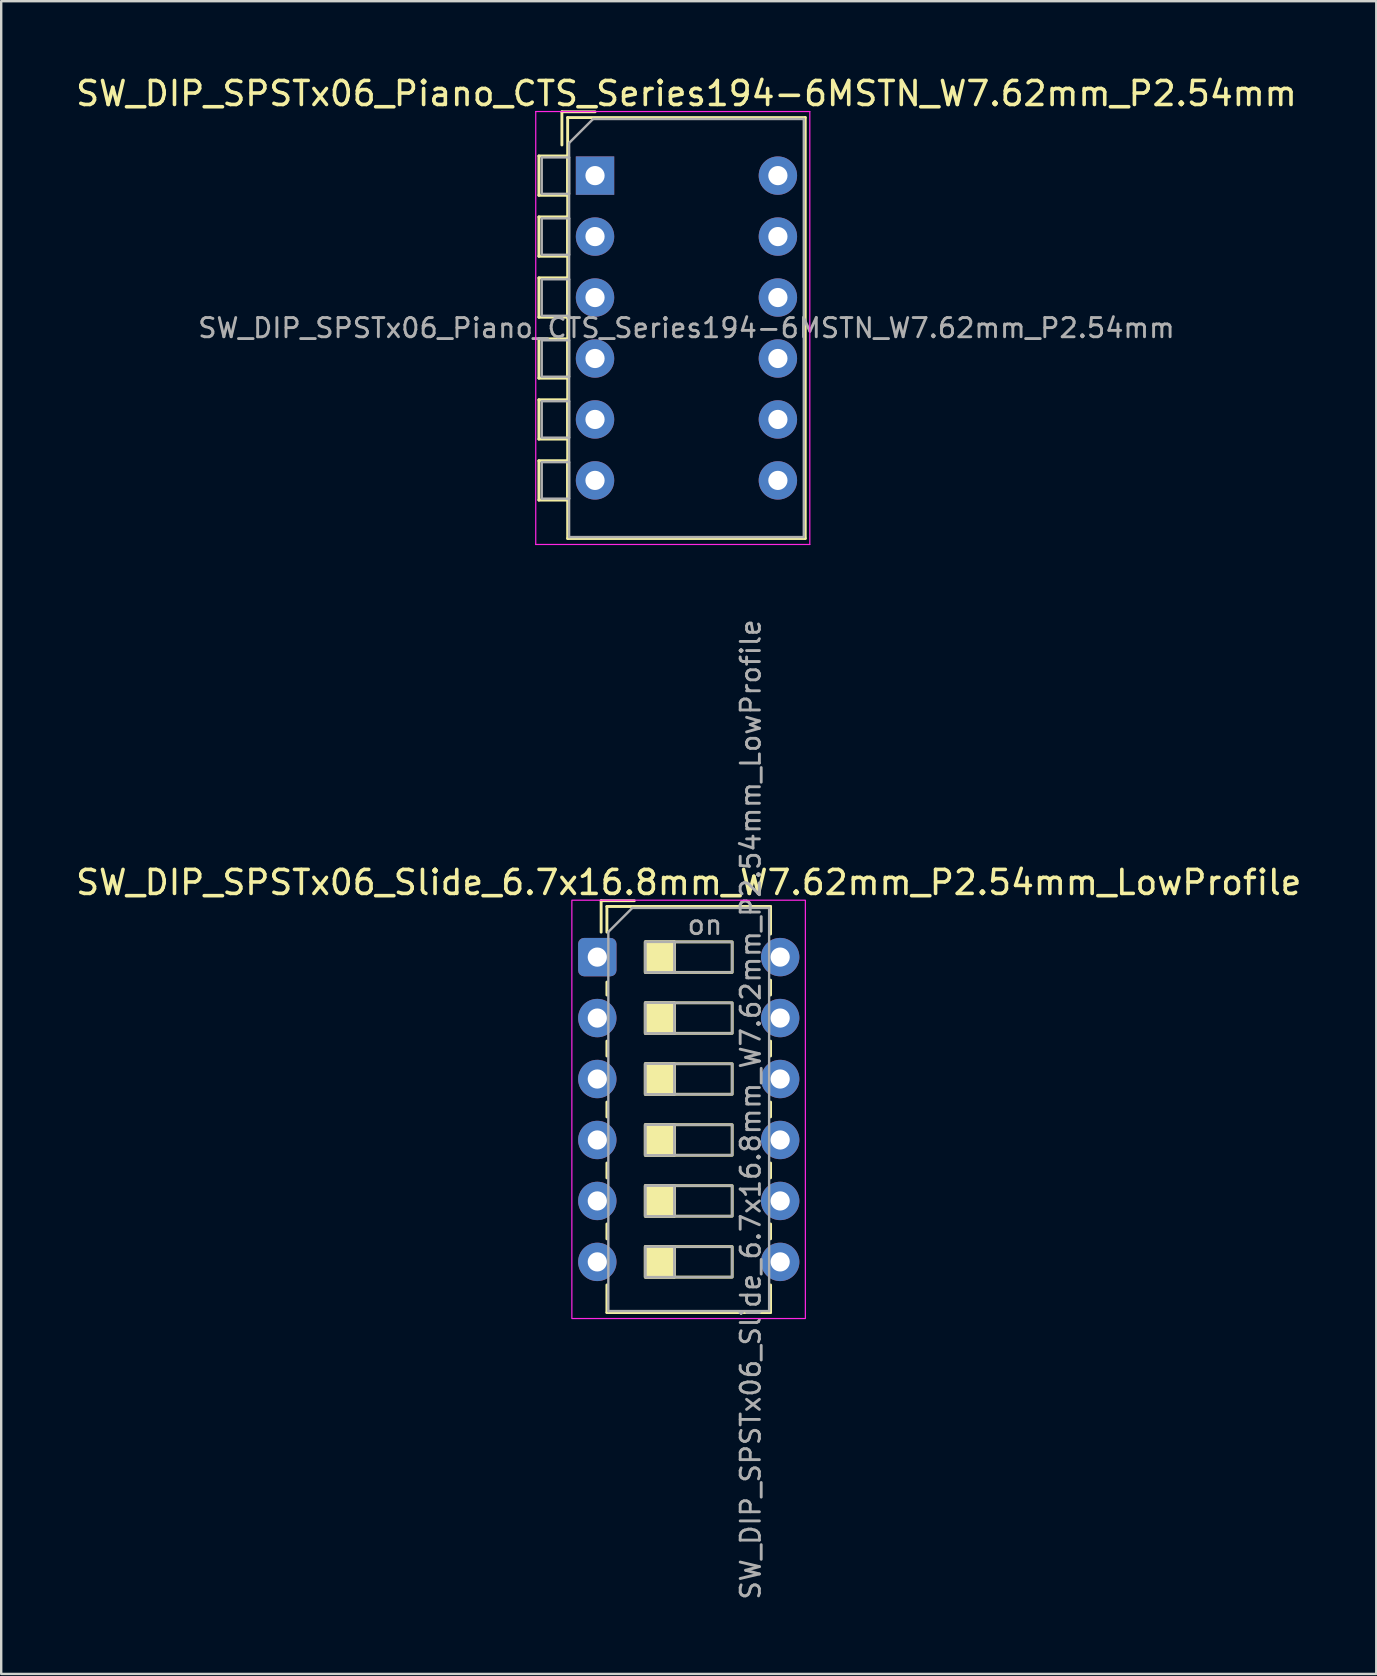
<source format=kicad_pcb>
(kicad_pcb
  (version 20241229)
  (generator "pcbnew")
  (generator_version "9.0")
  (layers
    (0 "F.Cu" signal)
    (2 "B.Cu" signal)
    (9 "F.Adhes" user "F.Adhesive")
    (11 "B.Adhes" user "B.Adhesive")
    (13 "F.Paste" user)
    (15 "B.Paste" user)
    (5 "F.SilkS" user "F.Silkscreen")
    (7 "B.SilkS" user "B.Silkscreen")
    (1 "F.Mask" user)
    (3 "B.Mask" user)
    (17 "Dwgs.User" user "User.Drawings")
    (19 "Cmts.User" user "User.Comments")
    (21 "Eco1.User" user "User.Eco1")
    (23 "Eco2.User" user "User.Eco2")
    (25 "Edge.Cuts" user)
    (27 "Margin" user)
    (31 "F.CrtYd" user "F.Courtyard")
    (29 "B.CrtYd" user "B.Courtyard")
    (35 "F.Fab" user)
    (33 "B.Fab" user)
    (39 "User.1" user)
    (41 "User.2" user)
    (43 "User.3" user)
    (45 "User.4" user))
  (footprint "SW_DIP_SPSTx06_Slide_6.7x16.8mm_W7.62mm_P2.54mm_LowProfile"
    (layer "F.Cu")
    (at 21.839 36.832)
    (property "Reference" "SW_DIP_SPSTx06_Slide_6.7x16.8mm_W7.62mm_P2.54mm_LowProfile" (at 3.81 -3.11 0) (layer "F.SilkS") (effects (font (size 1 1) (thickness 0.15))))
    (attr through_hole)
    (fp_line (start 0.16 -2.35) (end 0.16 -1.04) (stroke (width 0.12) (type solid)) (layer "F.SilkS"))
    (fp_line (start 0.16 -2.35) (end 1.543 -2.35) (stroke (width 0.12) (type solid)) (layer "F.SilkS"))
    (fp_line (start 0.4 -2.11) (end 0.4 -1.04) (stroke (width 0.12) (type solid)) (layer "F.SilkS"))
    (fp_line (start 0.4 -2.11) (end 7.22 -2.11) (stroke (width 0.12) (type solid)) (layer "F.SilkS"))
    (fp_line (start 0.4 1.04) (end 0.4 1.58) (stroke (width 0.12) (type solid)) (layer "F.SilkS"))
    (fp_line (start 0.4 3.5) (end 0.4 4.12) (stroke (width 0.12) (type solid)) (layer "F.SilkS"))
    (fp_line (start 0.4 6.04) (end 0.4 6.66) (stroke (width 0.12) (type solid)) (layer "F.SilkS"))
    (fp_line (start 0.4 8.58) (end 0.4 9.2) (stroke (width 0.12) (type solid)) (layer "F.SilkS"))
    (fp_line (start 0.4 11.12) (end 0.4 11.74) (stroke (width 0.12) (type solid)) (layer "F.SilkS"))
    (fp_line (start 0.4 13.66) (end 0.4 14.81) (stroke (width 0.12) (type solid)) (layer "F.SilkS"))
    (fp_line (start 0.4 14.81) (end 7.22 14.81) (stroke (width 0.12) (type solid)) (layer "F.SilkS"))
    (fp_line (start 3.207 -0.635) (end 3.207 0.635) (stroke (width 0.12) (type solid)) (layer "F.SilkS"))
    (fp_line (start 3.207 1.905) (end 3.207 3.175) (stroke (width 0.12) (type solid)) (layer "F.SilkS"))
    (fp_line (start 3.207 4.445) (end 3.207 5.715) (stroke (width 0.12) (type solid)) (layer "F.SilkS"))
    (fp_line (start 3.207 6.985) (end 3.207 8.255) (stroke (width 0.12) (type solid)) (layer "F.SilkS"))
    (fp_line (start 3.207 9.525) (end 3.207 10.795) (stroke (width 0.12) (type solid)) (layer "F.SilkS"))
    (fp_line (start 3.207 12.065) (end 3.207 13.335) (stroke (width 0.12) (type solid)) (layer "F.SilkS"))
    (fp_line (start 7.22 -2.11) (end 7.22 -0.96) (stroke (width 0.12) (type solid)) (layer "F.SilkS"))
    (fp_line (start 7.22 0.96) (end 7.22 1.58) (stroke (width 0.12) (type solid)) (layer "F.SilkS"))
    (fp_line (start 7.22 3.5) (end 7.22 4.12) (stroke (width 0.12) (type solid)) (layer "F.SilkS"))
    (fp_line (start 7.22 6.04) (end 7.22 6.66) (stroke (width 0.12) (type solid)) (layer "F.SilkS"))
    (fp_line (start 7.22 8.58) (end 7.22 9.2) (stroke (width 0.12) (type solid)) (layer "F.SilkS"))
    (fp_line (start 7.22 11.12) (end 7.22 11.74) (stroke (width 0.12) (type solid)) (layer "F.SilkS"))
    (fp_line (start 7.22 13.66) (end 7.22 14.81) (stroke (width 0.12) (type solid)) (layer "F.SilkS"))
    (fp_rect (start 2 -0.635) (end 3.207 0.635) (stroke (width 0.12) (type solid)) (fill yes) (layer "F.SilkS"))
    (fp_rect (start 2 -0.635) (end 5.62 0.635) (stroke (width 0.12) (type solid)) (fill no) (layer "F.SilkS"))
    (fp_rect (start 2 1.905) (end 3.207 3.175) (stroke (width 0.12) (type solid)) (fill yes) (layer "F.SilkS"))
    (fp_rect (start 2 1.905) (end 5.62 3.175) (stroke (width 0.12) (type solid)) (fill no) (layer "F.SilkS"))
    (fp_rect (start 2 4.445) (end 3.207 5.715) (stroke (width 0.12) (type solid)) (fill yes) (layer "F.SilkS"))
    (fp_rect (start 2 4.445) (end 5.62 5.715) (stroke (width 0.12) (type solid)) (fill no) (layer "F.SilkS"))
    (fp_rect (start 2 6.985) (end 3.207 8.255) (stroke (width 0.12) (type solid)) (fill yes) (layer "F.SilkS"))
    (fp_rect (start 2 6.985) (end 5.62 8.255) (stroke (width 0.12) (type solid)) (fill no) (layer "F.SilkS"))
    (fp_rect (start 2 9.525) (end 3.207 10.795) (stroke (width 0.12) (type solid)) (fill yes) (layer "F.SilkS"))
    (fp_rect (start 2 9.525) (end 5.62 10.795) (stroke (width 0.12) (type solid)) (fill no) (layer "F.SilkS"))
    (fp_rect (start 2 12.065) (end 3.207 13.335) (stroke (width 0.12) (type solid)) (fill yes) (layer "F.SilkS"))
    (fp_rect (start 2 12.065) (end 5.62 13.335) (stroke (width 0.12) (type solid)) (fill no) (layer "F.SilkS"))
    (fp_rect (start -1.06 -2.37) (end 8.67 15.06) (stroke (width 0.05) (type solid)) (fill no) (layer "F.CrtYd"))
    (fp_line (start 0.46 -1.05) (end 1.46 -2.05) (stroke (width 0.1) (type solid)) (layer "F.Fab"))
    (fp_line (start 0.46 14.75) (end 0.46 -1.05) (stroke (width 0.1) (type solid)) (layer "F.Fab"))
    (fp_line (start 1.46 -2.05) (end 7.16 -2.05) (stroke (width 0.1) (type solid)) (layer "F.Fab"))
    (fp_line (start 3.207 -0.635) (end 3.207 0.635) (stroke (width 0.1) (type solid)) (layer "F.Fab"))
    (fp_line (start 3.207 1.905) (end 3.207 3.175) (stroke (width 0.1) (type solid)) (layer "F.Fab"))
    (fp_line (start 3.207 4.445) (end 3.207 5.715) (stroke (width 0.1) (type solid)) (layer "F.Fab"))
    (fp_line (start 3.207 6.985) (end 3.207 8.255) (stroke (width 0.1) (type solid)) (layer "F.Fab"))
    (fp_line (start 3.207 9.525) (end 3.207 10.795) (stroke (width 0.1) (type solid)) (layer "F.Fab"))
    (fp_line (start 3.207 12.065) (end 3.207 13.335) (stroke (width 0.1) (type solid)) (layer "F.Fab"))
    (fp_line (start 7.16 -2.05) (end 7.16 14.75) (stroke (width 0.1) (type solid)) (layer "F.Fab"))
    (fp_line (start 7.16 14.75) (end 0.46 14.75) (stroke (width 0.1) (type solid)) (layer "F.Fab"))
    (fp_rect (start 2 -0.635) (end 3.207 0.635) (stroke (width 0.1) (type solid)) (fill no) (layer "F.Fab"))
    (fp_rect (start 2 -0.635) (end 5.62 0.635) (stroke (width 0.1) (type solid)) (fill no) (layer "F.Fab"))
    (fp_rect (start 2 1.905) (end 3.207 3.175) (stroke (width 0.1) (type solid)) (fill no) (layer "F.Fab"))
    (fp_rect (start 2 1.905) (end 5.62 3.175) (stroke (width 0.1) (type solid)) (fill no) (layer "F.Fab"))
    (fp_rect (start 2 4.445) (end 3.207 5.715) (stroke (width 0.1) (type solid)) (fill no) (layer "F.Fab"))
    (fp_rect (start 2 4.445) (end 5.62 5.715) (stroke (width 0.1) (type solid)) (fill no) (layer "F.Fab"))
    (fp_rect (start 2 6.985) (end 3.207 8.255) (stroke (width 0.1) (type solid)) (fill no) (layer "F.Fab"))
    (fp_rect (start 2 6.985) (end 5.62 8.255) (stroke (width 0.1) (type solid)) (fill no) (layer "F.Fab"))
    (fp_rect (start 2 9.525) (end 3.207 10.795) (stroke (width 0.1) (type solid)) (fill no) (layer "F.Fab"))
    (fp_rect (start 2 9.525) (end 5.62 10.795) (stroke (width 0.1) (type solid)) (fill no) (layer "F.Fab"))
    (fp_rect (start 2 12.065) (end 3.207 13.335) (stroke (width 0.1) (type solid)) (fill no) (layer "F.Fab"))
    (fp_rect (start 2 12.065) (end 5.62 13.335) (stroke (width 0.1) (type solid)) (fill no) (layer "F.Fab"))
    (fp_text user "${REFERENCE}" (at 6.39 6.35 90) (layer "F.Fab") (effects (font (size 0.8 0.8) (thickness 0.12))))
    (fp_text user "on" (at 4.485 -1.343 0) (layer "F.Fab") (effects (font (size 0.8 0.8) (thickness 0.12))))
    (pad "1" thru_hole roundrect (at 0 0) (size 1.6 1.6) (drill 0.8) (layers "*.Cu" "*.Mask") (roundrect_rratio 0.156))
    (pad "2" thru_hole circle (at 0 2.54) (size 1.6 1.6) (drill 0.8) (layers "*.Cu" "*.Mask"))
    (pad "3" thru_hole circle (at 0 5.08) (size 1.6 1.6) (drill 0.8) (layers "*.Cu" "*.Mask"))
    (pad "4" thru_hole circle (at 0 7.62) (size 1.6 1.6) (drill 0.8) (layers "*.Cu" "*.Mask"))
    (pad "5" thru_hole circle (at 0 10.16) (size 1.6 1.6) (drill 0.8) (layers "*.Cu" "*.Mask"))
    (pad "6" thru_hole circle (at 0 12.7) (size 1.6 1.6) (drill 0.8) (layers "*.Cu" "*.Mask"))
    (pad "7" thru_hole circle (at 7.62 12.7) (size 1.6 1.6) (drill 0.8) (layers "*.Cu" "*.Mask"))
    (pad "8" thru_hole circle (at 7.62 10.16) (size 1.6 1.6) (drill 0.8) (layers "*.Cu" "*.Mask"))
    (pad "9" thru_hole circle (at 7.62 7.62) (size 1.6 1.6) (drill 0.8) (layers "*.Cu" "*.Mask"))
    (pad "10" thru_hole circle (at 7.62 5.08) (size 1.6 1.6) (drill 0.8) (layers "*.Cu" "*.Mask"))
    (pad "11" thru_hole circle (at 7.62 2.54) (size 1.6 1.6) (drill 0.8) (layers "*.Cu" "*.Mask"))
    (pad "12" thru_hole circle (at 7.62 0) (size 1.6 1.6) (drill 0.8) (layers "*.Cu" "*.Mask")))
  (footprint "SW_DIP_SPSTx06_Piano_CTS_Series194-6MSTN_W7.62mm_P2.54mm"
    (layer "F.Cu")
    (at 21.744 4.268)
    (property "Reference" "SW_DIP_SPSTx06_Piano_CTS_Series194-6MSTN_W7.62mm_P2.54mm" (at 3.81 -3.42 0) (layer "F.SilkS") (effects (font (size 1 1) (thickness 0.15))))
    (attr through_hole)
    (fp_line (start -2.34 -0.82) (end -2.34 0.82) (stroke (width 0.12) (type solid)) (layer "F.SilkS"))
    (fp_line (start -2.34 -0.82) (end -1.14 -0.82) (stroke (width 0.12) (type solid)) (layer "F.SilkS"))
    (fp_line (start -2.34 0.82) (end -1.14 0.82) (stroke (width 0.12) (type solid)) (layer "F.SilkS"))
    (fp_line (start -2.34 1.72) (end -2.34 3.36) (stroke (width 0.12) (type solid)) (layer "F.SilkS"))
    (fp_line (start -2.34 1.72) (end -1.14 1.72) (stroke (width 0.12) (type solid)) (layer "F.SilkS"))
    (fp_line (start -2.34 3.36) (end -1.14 3.36) (stroke (width 0.12) (type solid)) (layer "F.SilkS"))
    (fp_line (start -2.34 4.26) (end -2.34 5.9) (stroke (width 0.12) (type solid)) (layer "F.SilkS"))
    (fp_line (start -2.34 4.26) (end -1.14 4.26) (stroke (width 0.12) (type solid)) (layer "F.SilkS"))
    (fp_line (start -2.34 5.9) (end -1.14 5.9) (stroke (width 0.12) (type solid)) (layer "F.SilkS"))
    (fp_line (start -2.34 6.8) (end -2.34 8.44) (stroke (width 0.12) (type solid)) (layer "F.SilkS"))
    (fp_line (start -2.34 6.8) (end -1.14 6.8) (stroke (width 0.12) (type solid)) (layer "F.SilkS"))
    (fp_line (start -2.34 8.44) (end -1.14 8.44) (stroke (width 0.12) (type solid)) (layer "F.SilkS"))
    (fp_line (start -2.34 9.34) (end -2.34 10.98) (stroke (width 0.12) (type solid)) (layer "F.SilkS"))
    (fp_line (start -2.34 9.34) (end -1.14 9.34) (stroke (width 0.12) (type solid)) (layer "F.SilkS"))
    (fp_line (start -2.34 10.98) (end -1.14 10.98) (stroke (width 0.12) (type solid)) (layer "F.SilkS"))
    (fp_line (start -2.34 11.88) (end -2.34 13.52) (stroke (width 0.12) (type solid)) (layer "F.SilkS"))
    (fp_line (start -2.34 11.88) (end -1.14 11.88) (stroke (width 0.12) (type solid)) (layer "F.SilkS"))
    (fp_line (start -2.34 13.52) (end -1.14 13.52) (stroke (width 0.12) (type solid)) (layer "F.SilkS"))
    (fp_line (start -1.38 -2.66) (end -1.38 -1.277) (stroke (width 0.12) (type solid)) (layer "F.SilkS"))
    (fp_line (start -1.38 -2.66) (end 0.003 -2.66) (stroke (width 0.12) (type solid)) (layer "F.SilkS"))
    (fp_line (start -1.14 -2.42) (end -1.14 15.12) (stroke (width 0.12) (type solid)) (layer "F.SilkS"))
    (fp_line (start -1.14 -2.42) (end 8.76 -2.42) (stroke (width 0.12) (type solid)) (layer "F.SilkS"))
    (fp_line (start -1.14 -0.82) (end -1.14 0.82) (stroke (width 0.12) (type solid)) (layer "F.SilkS"))
    (fp_line (start -1.14 1.72) (end -1.14 3.36) (stroke (width 0.12) (type solid)) (layer "F.SilkS"))
    (fp_line (start -1.14 4.26) (end -1.14 5.9) (stroke (width 0.12) (type solid)) (layer "F.SilkS"))
    (fp_line (start -1.14 6.8) (end -1.14 8.44) (stroke (width 0.12) (type solid)) (layer "F.SilkS"))
    (fp_line (start -1.14 9.34) (end -1.14 10.98) (stroke (width 0.12) (type solid)) (layer "F.SilkS"))
    (fp_line (start -1.14 11.88) (end -1.14 13.52) (stroke (width 0.12) (type solid)) (layer "F.SilkS"))
    (fp_line (start -1.14 15.12) (end 8.76 15.12) (stroke (width 0.12) (type solid)) (layer "F.SilkS"))
    (fp_line (start 8.76 -2.42) (end 8.76 15.12) (stroke (width 0.12) (type solid)) (layer "F.SilkS"))
    (fp_line (start -2.47 -2.67) (end -2.47 15.37) (stroke (width 0.05) (type solid)) (layer "F.CrtYd"))
    (fp_line (start -2.47 15.37) (end 8.95 15.37) (stroke (width 0.05) (type solid)) (layer "F.CrtYd"))
    (fp_line (start 8.95 -2.67) (end -2.47 -2.67) (stroke (width 0.05) (type solid)) (layer "F.CrtYd"))
    (fp_line (start 8.95 15.37) (end 8.95 -2.67) (stroke (width 0.05) (type solid)) (layer "F.CrtYd"))
    (fp_line (start -2.22 -0.76) (end -1.08 -0.76) (stroke (width 0.1) (type solid)) (layer "F.Fab"))
    (fp_line (start -2.22 0.76) (end -2.22 -0.76) (stroke (width 0.1) (type solid)) (layer "F.Fab"))
    (fp_line (start -2.22 1.78) (end -1.08 1.78) (stroke (width 0.1) (type solid)) (layer "F.Fab"))
    (fp_line (start -2.22 3.3) (end -2.22 1.78) (stroke (width 0.1) (type solid)) (layer "F.Fab"))
    (fp_line (start -2.22 4.32) (end -1.08 4.32) (stroke (width 0.1) (type solid)) (layer "F.Fab"))
    (fp_line (start -2.22 5.84) (end -2.22 4.32) (stroke (width 0.1) (type solid)) (layer "F.Fab"))
    (fp_line (start -2.22 6.86) (end -1.08 6.86) (stroke (width 0.1) (type solid)) (layer "F.Fab"))
    (fp_line (start -2.22 8.38) (end -2.22 6.86) (stroke (width 0.1) (type solid)) (layer "F.Fab"))
    (fp_line (start -2.22 9.4) (end -1.08 9.4) (stroke (width 0.1) (type solid)) (layer "F.Fab"))
    (fp_line (start -2.22 10.92) (end -2.22 9.4) (stroke (width 0.1) (type solid)) (layer "F.Fab"))
    (fp_line (start -2.22 11.94) (end -1.08 11.94) (stroke (width 0.1) (type solid)) (layer "F.Fab"))
    (fp_line (start -2.22 13.46) (end -2.22 11.94) (stroke (width 0.1) (type solid)) (layer "F.Fab"))
    (fp_line (start -1.08 -1.36) (end -0.08 -2.36) (stroke (width 0.1) (type solid)) (layer "F.Fab"))
    (fp_line (start -1.08 -0.76) (end -1.08 0.76) (stroke (width 0.1) (type solid)) (layer "F.Fab"))
    (fp_line (start -1.08 0.76) (end -2.22 0.76) (stroke (width 0.1) (type solid)) (layer "F.Fab"))
    (fp_line (start -1.08 1.78) (end -1.08 3.3) (stroke (width 0.1) (type solid)) (layer "F.Fab"))
    (fp_line (start -1.08 3.3) (end -2.22 3.3) (stroke (width 0.1) (type solid)) (layer "F.Fab"))
    (fp_line (start -1.08 4.32) (end -1.08 5.84) (stroke (width 0.1) (type solid)) (layer "F.Fab"))
    (fp_line (start -1.08 5.84) (end -2.22 5.84) (stroke (width 0.1) (type solid)) (layer "F.Fab"))
    (fp_line (start -1.08 6.86) (end -1.08 8.38) (stroke (width 0.1) (type solid)) (layer "F.Fab"))
    (fp_line (start -1.08 8.38) (end -2.22 8.38) (stroke (width 0.1) (type solid)) (layer "F.Fab"))
    (fp_line (start -1.08 9.4) (end -1.08 10.92) (stroke (width 0.1) (type solid)) (layer "F.Fab"))
    (fp_line (start -1.08 10.92) (end -2.22 10.92) (stroke (width 0.1) (type solid)) (layer "F.Fab"))
    (fp_line (start -1.08 11.94) (end -1.08 13.46) (stroke (width 0.1) (type solid)) (layer "F.Fab"))
    (fp_line (start -1.08 13.46) (end -2.22 13.46) (stroke (width 0.1) (type solid)) (layer "F.Fab"))
    (fp_line (start -1.08 15.06) (end -1.08 -1.36) (stroke (width 0.1) (type solid)) (layer "F.Fab"))
    (fp_line (start -0.08 -2.36) (end 8.7 -2.36) (stroke (width 0.1) (type solid)) (layer "F.Fab"))
    (fp_line (start 8.7 -2.36) (end 8.7 15.06) (stroke (width 0.1) (type solid)) (layer "F.Fab"))
    (fp_line (start 8.7 15.06) (end -1.08 15.06) (stroke (width 0.1) (type solid)) (layer "F.Fab"))
    (fp_text user "${REFERENCE}" (at 3.81 6.35 0) (layer "F.Fab") (effects (font (size 0.8 0.8) (thickness 0.12))))
    (pad "1" thru_hole rect (at 0 0) (size 1.6 1.6) (drill 0.8) (layers "*.Cu" "*.Mask"))
    (pad "2" thru_hole circle (at 0 2.54) (size 1.6 1.6) (drill 0.8) (layers "*.Cu" "*.Mask"))
    (pad "3" thru_hole circle (at 0 5.08) (size 1.6 1.6) (drill 0.8) (layers "*.Cu" "*.Mask"))
    (pad "4" thru_hole circle (at 0 7.62) (size 1.6 1.6) (drill 0.8) (layers "*.Cu" "*.Mask"))
    (pad "5" thru_hole circle (at 0 10.16) (size 1.6 1.6) (drill 0.8) (layers "*.Cu" "*.Mask"))
    (pad "6" thru_hole circle (at 0 12.7) (size 1.6 1.6) (drill 0.8) (layers "*.Cu" "*.Mask"))
    (pad "7" thru_hole circle (at 7.62 12.7) (size 1.6 1.6) (drill 0.8) (layers "*.Cu" "*.Mask"))
    (pad "8" thru_hole circle (at 7.62 10.16) (size 1.6 1.6) (drill 0.8) (layers "*.Cu" "*.Mask"))
    (pad "9" thru_hole circle (at 7.62 7.62) (size 1.6 1.6) (drill 0.8) (layers "*.Cu" "*.Mask"))
    (pad "10" thru_hole circle (at 7.62 5.08) (size 1.6 1.6) (drill 0.8) (layers "*.Cu" "*.Mask"))
    (pad "11" thru_hole circle (at 7.62 2.54) (size 1.6 1.6) (drill 0.8) (layers "*.Cu" "*.Mask"))
    (pad "12" thru_hole circle (at 7.62 0) (size 1.6 1.6) (drill 0.8) (layers "*.Cu" "*.Mask")))
  (gr_rect
    (start -3 -3)
    (end 54.298 66.701)
    (stroke (width 0.1) (type default))
    (fill no)
    (layer "Edge.Cuts")))
</source>
